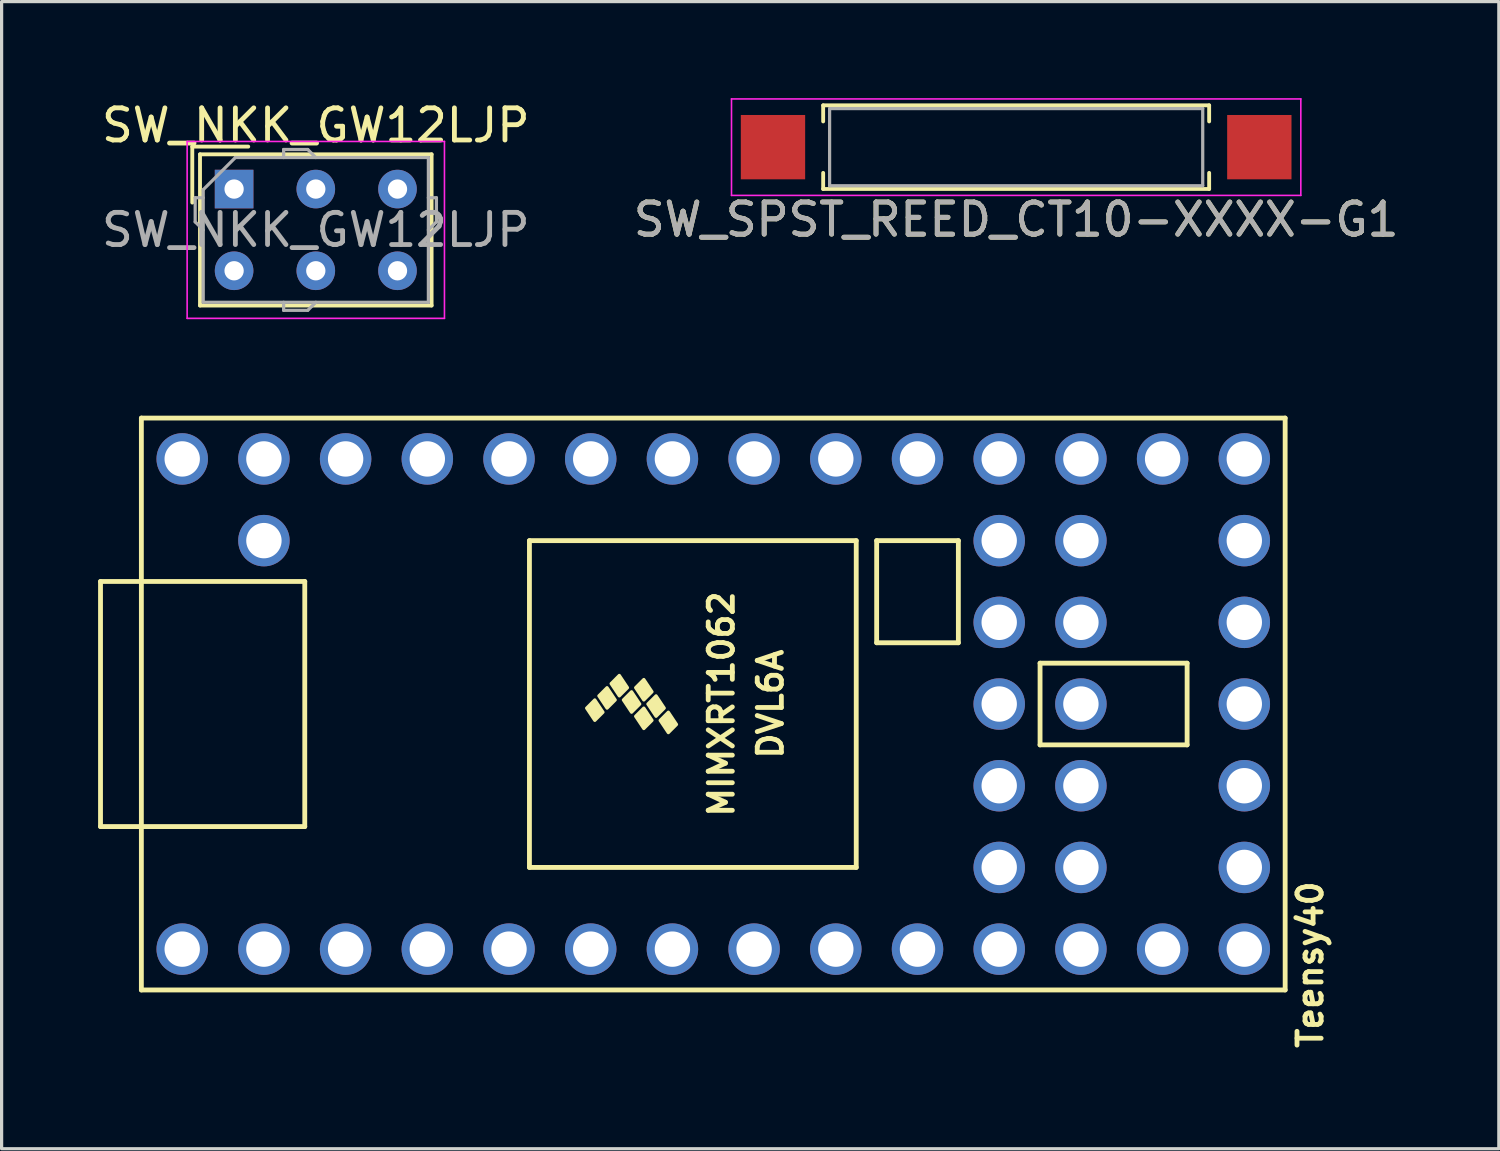
<source format=kicad_pcb>
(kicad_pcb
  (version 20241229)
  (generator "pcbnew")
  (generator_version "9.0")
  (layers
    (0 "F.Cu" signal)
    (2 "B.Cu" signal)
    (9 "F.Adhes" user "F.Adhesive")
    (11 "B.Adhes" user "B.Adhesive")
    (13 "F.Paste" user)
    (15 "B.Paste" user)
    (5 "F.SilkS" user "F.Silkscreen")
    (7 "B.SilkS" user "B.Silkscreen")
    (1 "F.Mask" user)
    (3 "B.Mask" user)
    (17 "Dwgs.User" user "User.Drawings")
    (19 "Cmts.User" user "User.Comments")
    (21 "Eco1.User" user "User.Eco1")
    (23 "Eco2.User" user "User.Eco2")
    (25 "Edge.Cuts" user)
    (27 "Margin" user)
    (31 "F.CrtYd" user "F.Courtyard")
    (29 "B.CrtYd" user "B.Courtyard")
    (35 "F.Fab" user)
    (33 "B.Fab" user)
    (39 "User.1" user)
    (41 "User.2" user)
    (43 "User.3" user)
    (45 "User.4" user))
  (footprint "SW_SPST_REED_CT10-XXXX-G1"
    (layer "F.Cu")
    (at 28.542 1.525)
    (property "Reference" "SW_SPST_REED_CT10-XXXX-G1" (at 0 2.25 0) (layer "F.SilkS") (effects (font (size 1 1) (thickness 0.15))))
    (attr smd)
    (fp_line (start -6 -1.3) (end -6 -0.8) (stroke (width 0.12) (type solid)) (layer "F.SilkS"))
    (fp_line (start -6 0.8) (end -6 1.3) (stroke (width 0.12) (type solid)) (layer "F.SilkS"))
    (fp_line (start -6 1.3) (end 6 1.3) (stroke (width 0.12) (type solid)) (layer "F.SilkS"))
    (fp_line (start 6 -1.3) (end -6 -1.3) (stroke (width 0.12) (type solid)) (layer "F.SilkS"))
    (fp_line (start 6 -0.8) (end 6 -1.3) (stroke (width 0.12) (type solid)) (layer "F.SilkS"))
    (fp_line (start 6 1.3) (end 6 0.8) (stroke (width 0.12) (type solid)) (layer "F.SilkS"))
    (fp_line (start -8.85 -1.5) (end 8.85 -1.5) (stroke (width 0.05) (type solid)) (layer "F.CrtYd"))
    (fp_line (start -8.85 1.5) (end -8.85 -1.5) (stroke (width 0.05) (type solid)) (layer "F.CrtYd"))
    (fp_line (start 8.85 -1.5) (end 8.85 1.5) (stroke (width 0.05) (type solid)) (layer "F.CrtYd"))
    (fp_line (start 8.85 1.5) (end -8.85 1.5) (stroke (width 0.05) (type solid)) (layer "F.CrtYd"))
    (fp_line (start -5.8 -1.2) (end 5.8 -1.2) (stroke (width 0.1) (type solid)) (layer "F.Fab"))
    (fp_line (start -5.8 1.2) (end -5.8 -1.2) (stroke (width 0.1) (type solid)) (layer "F.Fab"))
    (fp_line (start 5.8 -1.2) (end 5.8 1.2) (stroke (width 0.1) (type solid)) (layer "F.Fab"))
    (fp_line (start 5.8 1.2) (end -5.8 1.2) (stroke (width 0.1) (type solid)) (layer "F.Fab"))
    (fp_text user "${REFERENCE}" (at 0 2.25 0) (layer "F.Fab") (effects (font (size 1 1) (thickness 0.15))))
    (pad "1" smd rect (at -7.56 0) (size 2 2) (layers "F.Cu" "F.Mask" "F.Paste"))
    (pad "2" smd rect (at 7.56 0) (size 2 2) (layers "F.Cu" "F.Mask" "F.Paste")))
  (footprint "SW_NKK_GW12LJP"
    (layer "F.Cu")
    (at 4.228 2.828)
    (property "Reference" "SW_NKK_GW12LJP" (at 2.54 -1.98 0) (layer "F.SilkS") (effects (font (size 1 1) (thickness 0.15))))
    (attr through_hole)
    (fp_line (start -1.3 -1.32) (end 0.44 -1.32) (stroke (width 0.12) (type solid)) (layer "F.SilkS"))
    (fp_line (start -1.3 0.42) (end -1.3 -1.32) (stroke (width 0.12) (type solid)) (layer "F.SilkS"))
    (fp_line (start -1.06 -1.08) (end -1.06 3.62) (stroke (width 0.12) (type solid)) (layer "F.SilkS"))
    (fp_line (start -1.06 3.62) (end 6.14 3.62) (stroke (width 0.12) (type solid)) (layer "F.SilkS"))
    (fp_line (start 6.14 -1.08) (end -1.06 -1.08) (stroke (width 0.12) (type solid)) (layer "F.SilkS"))
    (fp_line (start 6.14 3.62) (end 6.14 -1.08) (stroke (width 0.12) (type solid)) (layer "F.SilkS"))
    (fp_line (start -1.46 -1.48) (end -1.46 4.02) (stroke (width 0.05) (type solid)) (layer "F.CrtYd"))
    (fp_line (start -1.46 4.02) (end 6.54 4.02) (stroke (width 0.05) (type solid)) (layer "F.CrtYd"))
    (fp_line (start 6.54 -1.48) (end -1.46 -1.48) (stroke (width 0.05) (type solid)) (layer "F.CrtYd"))
    (fp_line (start 6.54 4.02) (end 6.54 -1.48) (stroke (width 0.05) (type solid)) (layer "F.CrtYd"))
    (fp_line (start -1.21 0.27) (end -0.96 0.27) (stroke (width 0.1) (type solid)) (layer "F.Fab"))
    (fp_line (start -1.21 1.02) (end -1.21 0.27) (stroke (width 0.1) (type solid)) (layer "F.Fab"))
    (fp_line (start -0.96 0.02) (end 0.04 -0.98) (stroke (width 0.1) (type solid)) (layer "F.Fab"))
    (fp_line (start -0.96 1.27) (end -1.21 1.02) (stroke (width 0.1) (type solid)) (layer "F.Fab"))
    (fp_line (start -0.96 3.52) (end -0.96 0.02) (stroke (width 0.1) (type solid)) (layer "F.Fab"))
    (fp_line (start 0.04 -0.98) (end 6.04 -0.98) (stroke (width 0.1) (type solid)) (layer "F.Fab"))
    (fp_line (start 1.54 -1.23) (end 1.54 -0.98) (stroke (width 0.1) (type solid)) (layer "F.Fab"))
    (fp_line (start 1.54 3.77) (end 1.54 3.52) (stroke (width 0.1) (type solid)) (layer "F.Fab"))
    (fp_line (start 2.29 -1.23) (end 1.54 -1.23) (stroke (width 0.1) (type solid)) (layer "F.Fab"))
    (fp_line (start 2.29 3.77) (end 1.54 3.77) (stroke (width 0.1) (type solid)) (layer "F.Fab"))
    (fp_line (start 2.54 -0.98) (end 2.29 -1.23) (stroke (width 0.1) (type solid)) (layer "F.Fab"))
    (fp_line (start 2.54 3.52) (end 2.29 3.77) (stroke (width 0.1) (type solid)) (layer "F.Fab"))
    (fp_line (start 6.04 -0.98) (end 6.04 3.52) (stroke (width 0.1) (type solid)) (layer "F.Fab"))
    (fp_line (start 6.04 1.27) (end 6.29 1.02) (stroke (width 0.1) (type solid)) (layer "F.Fab"))
    (fp_line (start 6.04 3.52) (end -0.96 3.52) (stroke (width 0.1) (type solid)) (layer "F.Fab"))
    (fp_line (start 6.29 0.27) (end 6.04 0.27) (stroke (width 0.1) (type solid)) (layer "F.Fab"))
    (fp_line (start 6.29 1.02) (end 6.29 0.27) (stroke (width 0.1) (type solid)) (layer "F.Fab"))
    (fp_text user "${REFERENCE}" (at 2.54 1.27 0) (layer "F.Fab") (effects (font (size 1 1) (thickness 0.15))))
    (pad "1" thru_hole rect (at 0 0) (size 1.2 1.2) (drill 0.6) (layers "*.Cu" "*.Mask"))
    (pad "2" thru_hole circle (at 2.54 0) (size 1.2 1.2) (drill 0.6) (layers "*.Cu" "*.Mask"))
    (pad "3" thru_hole circle (at 5.08 0) (size 1.2 1.2) (drill 0.6) (layers "*.Cu" "*.Mask"))
    (pad "4" thru_hole circle (at 0 2.54) (size 1.2 1.2) (drill 0.6) (layers "*.Cu" "*.Mask"))
    (pad "5" thru_hole circle (at 2.54 2.54) (size 1.2 1.2) (drill 0.6) (layers "*.Cu" "*.Mask"))
    (pad "6" thru_hole circle (at 5.08 2.54) (size 1.2 1.2) (drill 0.6) (layers "*.Cu" "*.Mask")))
  (footprint "Teensy40"
    (layer "F.Cu")
    (at 19.125 18.838)
    (property "Reference" "Teensy40" (at 18.559 8.104 90) (layer "F.SilkS") (effects (font (size 0.75 0.75) (thickness 0.15))))
    (attr through_hole)
    (fp_line (start -19.05 -3.81) (end -17.78 -3.81) (stroke (width 0.15) (type solid)) (layer "F.SilkS"))
    (fp_line (start -19.05 3.81) (end -19.05 -3.81) (stroke (width 0.15) (type solid)) (layer "F.SilkS"))
    (fp_line (start -17.78 -8.89) (end 17.78 -8.89) (stroke (width 0.15) (type solid)) (layer "F.SilkS"))
    (fp_line (start -17.78 3.81) (end -19.05 3.81) (stroke (width 0.15) (type solid)) (layer "F.SilkS"))
    (fp_line (start -17.78 8.89) (end -17.78 -8.89) (stroke (width 0.15) (type solid)) (layer "F.SilkS"))
    (fp_line (start -12.7 -3.81) (end -17.78 -3.81) (stroke (width 0.15) (type solid)) (layer "F.SilkS"))
    (fp_line (start -12.7 3.81) (end -17.78 3.81) (stroke (width 0.15) (type solid)) (layer "F.SilkS"))
    (fp_line (start -12.7 3.81) (end -12.7 -3.81) (stroke (width 0.15) (type solid)) (layer "F.SilkS"))
    (fp_line (start -5.715 -5.08) (end -5.715 5.08) (stroke (width 0.15) (type solid)) (layer "F.SilkS"))
    (fp_line (start 4.445 -5.08) (end -5.715 -5.08) (stroke (width 0.15) (type solid)) (layer "F.SilkS"))
    (fp_line (start 4.445 5.08) (end -5.715 5.08) (stroke (width 0.15) (type solid)) (layer "F.SilkS"))
    (fp_line (start 4.445 5.08) (end 4.445 -5.08) (stroke (width 0.15) (type solid)) (layer "F.SilkS"))
    (fp_line (start 5.08 -5.08) (end 7.62 -5.08) (stroke (width 0.15) (type solid)) (layer "F.SilkS"))
    (fp_line (start 5.08 -1.905) (end 5.08 -5.08) (stroke (width 0.15) (type solid)) (layer "F.SilkS"))
    (fp_line (start 7.62 -5.08) (end 7.62 -1.905) (stroke (width 0.15) (type solid)) (layer "F.SilkS"))
    (fp_line (start 7.62 -1.905) (end 5.08 -1.905) (stroke (width 0.15) (type solid)) (layer "F.SilkS"))
    (fp_line (start 10.16 -1.27) (end 14.732 -1.27) (stroke (width 0.15) (type solid)) (layer "F.SilkS"))
    (fp_line (start 10.16 1.27) (end 10.16 -1.27) (stroke (width 0.15) (type solid)) (layer "F.SilkS"))
    (fp_line (start 14.732 -1.27) (end 14.732 1.27) (stroke (width 0.15) (type solid)) (layer "F.SilkS"))
    (fp_line (start 14.732 1.27) (end 10.16 1.27) (stroke (width 0.15) (type solid)) (layer "F.SilkS"))
    (fp_line (start 17.78 -8.89) (end 17.78 8.89) (stroke (width 0.15) (type solid)) (layer "F.SilkS"))
    (fp_line (start 17.78 8.89) (end -17.78 8.89) (stroke (width 0.15) (type solid)) (layer "F.SilkS"))
    (fp_poly (pts (xy -3.937 0.127) (xy -3.683 -0.127) (xy -3.429 0.254) (xy -3.683 0.508)) (stroke (width 0.1) (type solid)) (fill yes) (layer "F.SilkS"))
    (fp_poly (pts (xy -3.556 -0.254) (xy -3.302 -0.508) (xy -3.048 -0.127) (xy -3.302 0.127)) (stroke (width 0.1) (type solid)) (fill yes) (layer "F.SilkS"))
    (fp_poly (pts (xy -3.175 -0.635) (xy -2.921 -0.889) (xy -2.667 -0.508) (xy -2.921 -0.254)) (stroke (width 0.1) (type solid)) (fill yes) (layer "F.SilkS"))
    (fp_poly (pts (xy -2.794 -0.127) (xy -2.54 -0.381) (xy -2.286 0) (xy -2.54 0.254)) (stroke (width 0.1) (type solid)) (fill yes) (layer "F.SilkS"))
    (fp_poly (pts (xy -2.413 -0.508) (xy -2.159 -0.762) (xy -1.905 -0.381) (xy -2.159 -0.127)) (stroke (width 0.1) (type solid)) (fill yes) (layer "F.SilkS"))
    (fp_poly (pts (xy -2.413 0.381) (xy -2.159 0.127) (xy -1.905 0.508) (xy -2.159 0.762)) (stroke (width 0.1) (type solid)) (fill yes) (layer "F.SilkS"))
    (fp_poly (pts (xy -2.032 0) (xy -1.778 -0.254) (xy -1.524 0.127) (xy -1.778 0.381)) (stroke (width 0.1) (type solid)) (fill yes) (layer "F.SilkS"))
    (fp_poly (pts (xy -1.651 0.508) (xy -1.397 0.254) (xy -1.143 0.635) (xy -1.397 0.889)) (stroke (width 0.1) (type solid)) (fill yes) (layer "F.SilkS"))
    (fp_text user "MIMXRT1062" (at 0.254 0 90) (layer "F.SilkS") (effects (font (size 0.75 0.75) (thickness 0.15))))
    (fp_text user "DVL6A" (at 1.778 0 90) (layer "F.SilkS") (effects (font (size 0.75 0.75) (thickness 0.15))))
    (pad "1" thru_hole circle (at -16.51 7.62) (size 1.6 1.6) (drill 1.1) (layers "*.Cu" "*.Mask"))
    (pad "2" thru_hole circle (at -13.97 7.62) (size 1.6 1.6) (drill 1.1) (layers "*.Cu" "*.Mask"))
    (pad "3" thru_hole circle (at -11.43 7.62) (size 1.6 1.6) (drill 1.1) (layers "*.Cu" "*.Mask"))
    (pad "4" thru_hole circle (at -8.89 7.62) (size 1.6 1.6) (drill 1.1) (layers "*.Cu" "*.Mask"))
    (pad "5" thru_hole circle (at -6.35 7.62) (size 1.6 1.6) (drill 1.1) (layers "*.Cu" "*.Mask"))
    (pad "6" thru_hole circle (at -3.81 7.62) (size 1.6 1.6) (drill 1.1) (layers "*.Cu" "*.Mask"))
    (pad "7" thru_hole circle (at -1.27 7.62) (size 1.6 1.6) (drill 1.1) (layers "*.Cu" "*.Mask"))
    (pad "8" thru_hole circle (at 1.27 7.62) (size 1.6 1.6) (drill 1.1) (layers "*.Cu" "*.Mask"))
    (pad "9" thru_hole circle (at 3.81 7.62) (size 1.6 1.6) (drill 1.1) (layers "*.Cu" "*.Mask"))
    (pad "10" thru_hole circle (at 6.35 7.62) (size 1.6 1.6) (drill 1.1) (layers "*.Cu" "*.Mask"))
    (pad "11" thru_hole circle (at 8.89 7.62) (size 1.6 1.6) (drill 1.1) (layers "*.Cu" "*.Mask"))
    (pad "12" thru_hole circle (at 11.43 7.62) (size 1.6 1.6) (drill 1.1) (layers "*.Cu" "*.Mask"))
    (pad "13" thru_hole circle (at 13.97 7.62) (size 1.6 1.6) (drill 1.1) (layers "*.Cu" "*.Mask"))
    (pad "14" thru_hole circle (at 16.51 7.62) (size 1.6 1.6) (drill 1.1) (layers "*.Cu" "*.Mask"))
    (pad "15" thru_hole circle (at 16.51 5.08) (size 1.6 1.6) (drill 1.1) (layers "*.Cu" "*.Mask"))
    (pad "16" thru_hole circle (at 16.51 2.54) (size 1.6 1.6) (drill 1.1) (layers "*.Cu" "*.Mask"))
    (pad "17" thru_hole circle (at 16.51 0) (size 1.6 1.6) (drill 1.1) (layers "*.Cu" "*.Mask"))
    (pad "18" thru_hole circle (at 16.51 -2.54) (size 1.6 1.6) (drill 1.1) (layers "*.Cu" "*.Mask"))
    (pad "19" thru_hole circle (at 16.51 -5.08) (size 1.6 1.6) (drill 1.1) (layers "*.Cu" "*.Mask"))
    (pad "20" thru_hole circle (at 16.51 -7.62) (size 1.6 1.6) (drill 1.1) (layers "*.Cu" "*.Mask"))
    (pad "21" thru_hole circle (at 13.97 -7.62) (size 1.6 1.6) (drill 1.1) (layers "*.Cu" "*.Mask"))
    (pad "22" thru_hole circle (at 11.43 -7.62) (size 1.6 1.6) (drill 1.1) (layers "*.Cu" "*.Mask"))
    (pad "23" thru_hole circle (at 8.89 -7.62) (size 1.6 1.6) (drill 1.1) (layers "*.Cu" "*.Mask"))
    (pad "24" thru_hole circle (at 6.35 -7.62) (size 1.6 1.6) (drill 1.1) (layers "*.Cu" "*.Mask"))
    (pad "25" thru_hole circle (at 3.81 -7.62) (size 1.6 1.6) (drill 1.1) (layers "*.Cu" "*.Mask"))
    (pad "26" thru_hole circle (at 1.27 -7.62) (size 1.6 1.6) (drill 1.1) (layers "*.Cu" "*.Mask"))
    (pad "27" thru_hole circle (at -1.27 -7.62) (size 1.6 1.6) (drill 1.1) (layers "*.Cu" "*.Mask"))
    (pad "28" thru_hole circle (at -3.81 -7.62) (size 1.6 1.6) (drill 1.1) (layers "*.Cu" "*.Mask"))
    (pad "29" thru_hole circle (at -6.35 -7.62) (size 1.6 1.6) (drill 1.1) (layers "*.Cu" "*.Mask"))
    (pad "30" thru_hole circle (at -8.89 -7.62) (size 1.6 1.6) (drill 1.1) (layers "*.Cu" "*.Mask"))
    (pad "31" thru_hole circle (at -11.43 -7.62) (size 1.6 1.6) (drill 1.1) (layers "*.Cu" "*.Mask"))
    (pad "32" thru_hole circle (at -13.97 -7.62) (size 1.6 1.6) (drill 1.1) (layers "*.Cu" "*.Mask"))
    (pad "33" thru_hole circle (at -16.51 -7.62) (size 1.6 1.6) (drill 1.1) (layers "*.Cu" "*.Mask"))
    (pad "34" thru_hole circle (at -13.97 -5.08) (size 1.6 1.6) (drill 1.1) (layers "*.Cu" "*.Mask"))
    (pad "35" thru_hole circle (at 11.43 -5.08) (size 1.6 1.6) (drill 1.1) (layers "*.Cu" "*.Mask"))
    (pad "36" thru_hole circle (at 8.89 -5.08) (size 1.6 1.6) (drill 1.1) (layers "*.Cu" "*.Mask"))
    (pad "37" thru_hole circle (at 11.43 -2.54) (size 1.6 1.6) (drill 1.1) (layers "*.Cu" "*.Mask"))
    (pad "38" thru_hole circle (at 8.89 -2.54) (size 1.6 1.6) (drill 1.1) (layers "*.Cu" "*.Mask"))
    (pad "39" thru_hole circle (at 11.43 0) (size 1.6 1.6) (drill 1.1) (layers "*.Cu" "*.Mask"))
    (pad "40" thru_hole circle (at 8.89 0) (size 1.6 1.6) (drill 1.1) (layers "*.Cu" "*.Mask"))
    (pad "41" thru_hole circle (at 11.43 2.54) (size 1.6 1.6) (drill 1.1) (layers "*.Cu" "*.Mask"))
    (pad "42" thru_hole circle (at 8.89 2.54) (size 1.6 1.6) (drill 1.1) (layers "*.Cu" "*.Mask"))
    (pad "43" thru_hole circle (at 11.43 5.08) (size 1.6 1.6) (drill 1.1) (layers "*.Cu" "*.Mask"))
    (pad "44" thru_hole circle (at 8.89 5.08) (size 1.6 1.6) (drill 1.1) (layers "*.Cu" "*.Mask")))
  (gr_rect
    (start -3 -3)
    (end 43.548 32.664)
    (stroke (width 0.1) (type default))
    (fill no)
    (layer "Edge.Cuts")))
</source>
